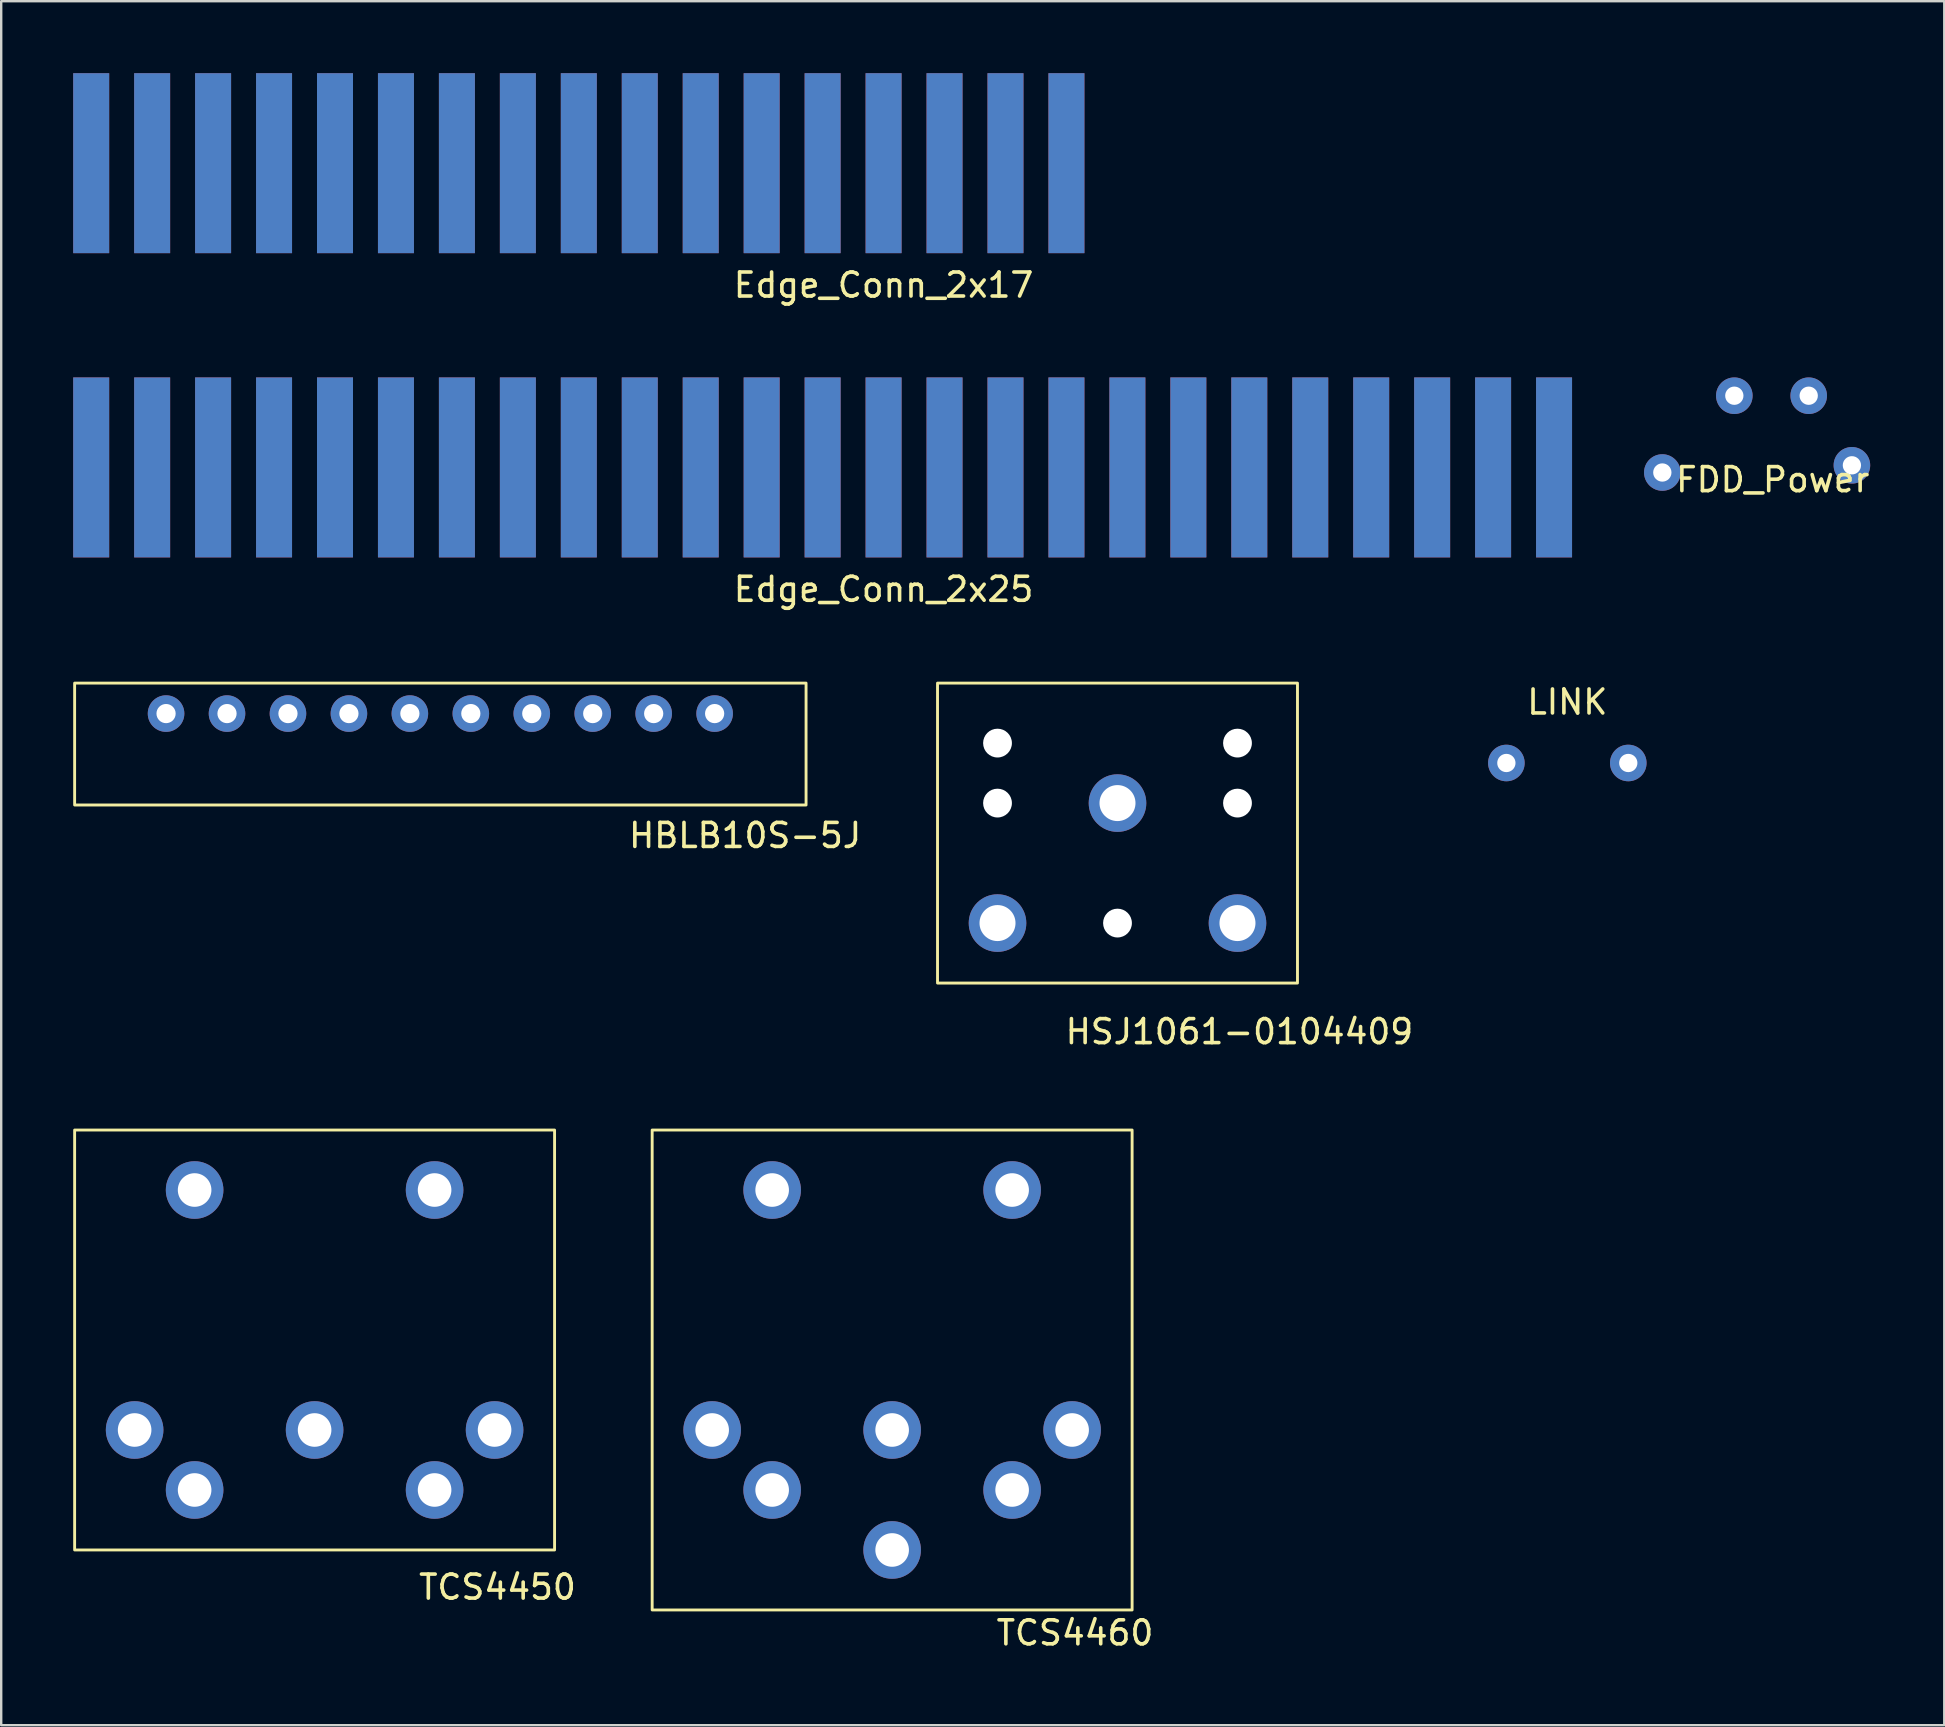
<source format=kicad_pcb>
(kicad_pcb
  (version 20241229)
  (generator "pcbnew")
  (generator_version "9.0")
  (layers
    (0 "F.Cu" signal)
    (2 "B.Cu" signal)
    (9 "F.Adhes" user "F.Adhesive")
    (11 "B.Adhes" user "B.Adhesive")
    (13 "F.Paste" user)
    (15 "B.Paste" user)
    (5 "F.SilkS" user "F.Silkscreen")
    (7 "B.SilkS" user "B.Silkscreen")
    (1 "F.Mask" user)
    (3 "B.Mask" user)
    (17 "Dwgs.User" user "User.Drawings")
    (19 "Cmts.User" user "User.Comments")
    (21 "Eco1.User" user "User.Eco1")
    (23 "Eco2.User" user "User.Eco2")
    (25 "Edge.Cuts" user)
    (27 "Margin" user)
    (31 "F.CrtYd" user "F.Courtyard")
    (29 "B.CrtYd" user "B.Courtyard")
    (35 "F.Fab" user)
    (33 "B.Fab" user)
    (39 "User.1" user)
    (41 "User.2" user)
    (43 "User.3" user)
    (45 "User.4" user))
  (footprint "Edge_Conn_2x17"
    (layer "F.Cu")
    (at 0.75 3.75)
    (property "Reference" "Edge_Conn_2x17" (at 33.02 5.08 0) (unlocked yes) (layer "F.SilkS") (effects (font (size 1 1) (thickness 0.15))))
    (attr smd exclude_from_bom)
    (pad "1" smd rect (at 0 0) (size 1.5 7.5) (layers "F.Cu" "F.Mask" "F.Paste"))
    (pad "2" smd rect (at 0 0 180) (size 1.5 7.5) (layers "B.Cu" "B.Mask" "B.Paste"))
    (pad "3" smd rect (at 2.54 0) (size 1.5 7.5) (layers "F.Cu" "F.Mask" "F.Paste"))
    (pad "4" smd rect (at 2.54 0 180) (size 1.5 7.5) (layers "B.Cu" "B.Mask" "B.Paste"))
    (pad "5" smd rect (at 5.08 0) (size 1.5 7.5) (layers "F.Cu" "F.Mask" "F.Paste"))
    (pad "6" smd rect (at 5.08 0 180) (size 1.5 7.5) (layers "B.Cu" "B.Mask" "B.Paste"))
    (pad "7" smd rect (at 7.62 0) (size 1.5 7.5) (layers "F.Cu" "F.Mask" "F.Paste"))
    (pad "8" smd rect (at 7.62 0 180) (size 1.5 7.5) (layers "B.Cu" "B.Mask" "B.Paste"))
    (pad "9" smd rect (at 10.16 0) (size 1.5 7.5) (layers "F.Cu" "F.Mask" "F.Paste"))
    (pad "10" smd rect (at 10.16 0 180) (size 1.5 7.5) (layers "B.Cu" "B.Mask" "B.Paste"))
    (pad "11" smd rect (at 12.7 0) (size 1.5 7.5) (layers "F.Cu" "F.Mask" "F.Paste"))
    (pad "12" smd rect (at 12.7 0 180) (size 1.5 7.5) (layers "B.Cu" "B.Mask" "B.Paste"))
    (pad "13" smd rect (at 15.24 0) (size 1.5 7.5) (layers "F.Cu" "F.Mask" "F.Paste"))
    (pad "14" smd rect (at 15.24 0 180) (size 1.5 7.5) (layers "B.Cu" "B.Mask" "B.Paste"))
    (pad "15" smd rect (at 17.78 0) (size 1.5 7.5) (layers "F.Cu" "F.Mask" "F.Paste"))
    (pad "16" smd rect (at 17.78 0 180) (size 1.5 7.5) (layers "B.Cu" "B.Mask" "B.Paste"))
    (pad "17" smd rect (at 20.32 0) (size 1.5 7.5) (layers "F.Cu" "F.Mask" "F.Paste"))
    (pad "18" smd rect (at 20.32 0 180) (size 1.5 7.5) (layers "B.Cu" "B.Mask" "B.Paste"))
    (pad "19" smd rect (at 22.86 0) (size 1.5 7.5) (layers "F.Cu" "F.Mask" "F.Paste"))
    (pad "20" smd rect (at 22.86 0 180) (size 1.5 7.5) (layers "B.Cu" "B.Mask" "B.Paste"))
    (pad "21" smd rect (at 25.4 0) (size 1.5 7.5) (layers "F.Cu" "F.Mask" "F.Paste"))
    (pad "22" smd rect (at 25.4 0 180) (size 1.5 7.5) (layers "B.Cu" "B.Mask" "B.Paste"))
    (pad "23" smd rect (at 27.94 0) (size 1.5 7.5) (layers "F.Cu" "F.Mask" "F.Paste"))
    (pad "24" smd rect (at 27.94 0 180) (size 1.5 7.5) (layers "B.Cu" "B.Mask" "B.Paste"))
    (pad "25" smd rect (at 30.48 0) (size 1.5 7.5) (layers "F.Cu" "F.Mask" "F.Paste"))
    (pad "26" smd rect (at 30.48 0 180) (size 1.5 7.5) (layers "B.Cu" "B.Mask" "B.Paste"))
    (pad "27" smd rect (at 33.02 0) (size 1.5 7.5) (layers "F.Cu" "F.Mask" "F.Paste"))
    (pad "28" smd rect (at 33.02 0 180) (size 1.5 7.5) (layers "B.Cu" "B.Mask" "B.Paste"))
    (pad "29" smd rect (at 35.56 0) (size 1.5 7.5) (layers "F.Cu" "F.Mask" "F.Paste"))
    (pad "30" smd rect (at 35.56 0 180) (size 1.5 7.5) (layers "B.Cu" "B.Mask" "B.Paste"))
    (pad "31" smd rect (at 38.1 0) (size 1.5 7.5) (layers "F.Cu" "F.Mask" "F.Paste"))
    (pad "32" smd rect (at 38.1 0 180) (size 1.5 7.5) (layers "B.Cu" "B.Mask" "B.Paste"))
    (pad "33" smd rect (at 40.64 0) (size 1.5 7.5) (layers "F.Cu" "F.Mask" "F.Paste"))
    (pad "34" smd rect (at 40.64 0 180) (size 1.5 7.5) (layers "B.Cu" "B.Mask" "B.Paste")))
  (footprint "Edge_Conn_2x25"
    (layer "F.Cu")
    (at 0.75 16.428)
    (property "Reference" "Edge_Conn_2x25" (at 33.02 5.08 0) (unlocked yes) (layer "F.SilkS") (effects (font (size 1 1) (thickness 0.15))))
    (attr smd exclude_from_bom)
    (pad "1" smd rect (at 0 0) (size 1.5 7.5) (layers "F.Cu" "F.Mask" "F.Paste"))
    (pad "2" smd rect (at 0 0 180) (size 1.5 7.5) (layers "B.Cu" "B.Mask" "B.Paste"))
    (pad "3" smd rect (at 2.54 0) (size 1.5 7.5) (layers "F.Cu" "F.Mask" "F.Paste"))
    (pad "4" smd rect (at 2.54 0 180) (size 1.5 7.5) (layers "B.Cu" "B.Mask" "B.Paste"))
    (pad "5" smd rect (at 5.08 0) (size 1.5 7.5) (layers "F.Cu" "F.Mask" "F.Paste"))
    (pad "6" smd rect (at 5.08 0 180) (size 1.5 7.5) (layers "B.Cu" "B.Mask" "B.Paste"))
    (pad "7" smd rect (at 7.62 0) (size 1.5 7.5) (layers "F.Cu" "F.Mask" "F.Paste"))
    (pad "8" smd rect (at 7.62 0 180) (size 1.5 7.5) (layers "B.Cu" "B.Mask" "B.Paste"))
    (pad "9" smd rect (at 10.16 0) (size 1.5 7.5) (layers "F.Cu" "F.Mask" "F.Paste"))
    (pad "10" smd rect (at 10.16 0 180) (size 1.5 7.5) (layers "B.Cu" "B.Mask" "B.Paste"))
    (pad "11" smd rect (at 12.7 0) (size 1.5 7.5) (layers "F.Cu" "F.Mask" "F.Paste"))
    (pad "12" smd rect (at 12.7 0 180) (size 1.5 7.5) (layers "B.Cu" "B.Mask" "B.Paste"))
    (pad "13" smd rect (at 15.24 0) (size 1.5 7.5) (layers "F.Cu" "F.Mask" "F.Paste"))
    (pad "14" smd rect (at 15.24 0 180) (size 1.5 7.5) (layers "B.Cu" "B.Mask" "B.Paste"))
    (pad "15" smd rect (at 17.78 0) (size 1.5 7.5) (layers "F.Cu" "F.Mask" "F.Paste"))
    (pad "16" smd rect (at 17.78 0 180) (size 1.5 7.5) (layers "B.Cu" "B.Mask" "B.Paste"))
    (pad "17" smd rect (at 20.32 0) (size 1.5 7.5) (layers "F.Cu" "F.Mask" "F.Paste"))
    (pad "18" smd rect (at 20.32 0 180) (size 1.5 7.5) (layers "B.Cu" "B.Mask" "B.Paste"))
    (pad "19" smd rect (at 22.86 0) (size 1.5 7.5) (layers "F.Cu" "F.Mask" "F.Paste"))
    (pad "20" smd rect (at 22.86 0 180) (size 1.5 7.5) (layers "B.Cu" "B.Mask" "B.Paste"))
    (pad "21" smd rect (at 25.4 0) (size 1.5 7.5) (layers "F.Cu" "F.Mask" "F.Paste"))
    (pad "22" smd rect (at 25.4 0 180) (size 1.5 7.5) (layers "B.Cu" "B.Mask" "B.Paste"))
    (pad "23" smd rect (at 27.94 0) (size 1.5 7.5) (layers "F.Cu" "F.Mask" "F.Paste"))
    (pad "24" smd rect (at 27.94 0 180) (size 1.5 7.5) (layers "B.Cu" "B.Mask" "B.Paste"))
    (pad "25" smd rect (at 30.48 0) (size 1.5 7.5) (layers "F.Cu" "F.Mask" "F.Paste"))
    (pad "26" smd rect (at 30.48 0 180) (size 1.5 7.5) (layers "B.Cu" "B.Mask" "B.Paste"))
    (pad "27" smd rect (at 33.02 0) (size 1.5 7.5) (layers "F.Cu" "F.Mask" "F.Paste"))
    (pad "28" smd rect (at 33.02 0 180) (size 1.5 7.5) (layers "B.Cu" "B.Mask" "B.Paste"))
    (pad "29" smd rect (at 35.56 0) (size 1.5 7.5) (layers "F.Cu" "F.Mask" "F.Paste"))
    (pad "30" smd rect (at 35.56 0 180) (size 1.5 7.5) (layers "B.Cu" "B.Mask" "B.Paste"))
    (pad "31" smd rect (at 38.1 0) (size 1.5 7.5) (layers "F.Cu" "F.Mask" "F.Paste"))
    (pad "32" smd rect (at 38.1 0 180) (size 1.5 7.5) (layers "B.Cu" "B.Mask" "B.Paste"))
    (pad "33" smd rect (at 40.64 0) (size 1.5 7.5) (layers "F.Cu" "F.Mask" "F.Paste"))
    (pad "34" smd rect (at 40.64 0 180) (size 1.5 7.5) (layers "B.Cu" "B.Mask" "B.Paste"))
    (pad "35" smd rect (at 43.18 0) (size 1.5 7.5) (layers "F.Cu" "F.Mask" "F.Paste"))
    (pad "36" smd rect (at 43.18 0 180) (size 1.5 7.5) (layers "B.Cu" "B.Mask" "B.Paste"))
    (pad "37" smd rect (at 45.72 0) (size 1.5 7.5) (layers "F.Cu" "F.Mask" "F.Paste"))
    (pad "38" smd rect (at 45.72 0 180) (size 1.5 7.5) (layers "B.Cu" "B.Mask" "B.Paste"))
    (pad "39" smd rect (at 48.26 0) (size 1.5 7.5) (layers "F.Cu" "F.Mask" "F.Paste"))
    (pad "40" smd rect (at 48.26 0 180) (size 1.5 7.5) (layers "B.Cu" "B.Mask" "B.Paste"))
    (pad "41" smd rect (at 50.8 0) (size 1.5 7.5) (layers "F.Cu" "F.Mask" "F.Paste"))
    (pad "42" smd rect (at 50.8 0 180) (size 1.5 7.5) (layers "B.Cu" "B.Mask" "B.Paste"))
    (pad "43" smd rect (at 53.34 0) (size 1.5 7.5) (layers "F.Cu" "F.Mask" "F.Paste"))
    (pad "44" smd rect (at 53.34 0 180) (size 1.5 7.5) (layers "B.Cu" "B.Mask" "B.Paste"))
    (pad "45" smd rect (at 55.88 0) (size 1.5 7.5) (layers "F.Cu" "F.Mask" "F.Paste"))
    (pad "46" smd rect (at 55.88 0 180) (size 1.5 7.5) (layers "B.Cu" "B.Mask" "B.Paste"))
    (pad "47" smd rect (at 58.42 0) (size 1.5 7.5) (layers "F.Cu" "F.Mask" "F.Paste"))
    (pad "48" smd rect (at 58.42 0 180) (size 1.5 7.5) (layers "B.Cu" "B.Mask" "B.Paste"))
    (pad "49" smd rect (at 60.96 0) (size 1.5 7.5) (layers "F.Cu" "F.Mask" "F.Paste"))
    (pad "50" smd rect (at 60.96 0 180) (size 1.5 7.5) (layers "B.Cu" "B.Mask" "B.Paste")))
  (footprint "HBLB10S-5J"
    (layer "F.Cu")
    (at 3.87 26.686)
    (property "Reference" "HBLB10S-5J" (at 24.13 5.08 0) (unlocked yes) (layer "F.SilkS") (effects (font (size 1 1) (thickness 0.15))))
    (attr through_hole)
    (fp_rect (start -3.81 -1.27) (end 26.67 3.81) (stroke (width 0.12) (type solid)) (fill no) (layer "F.SilkS"))
    (pad "1" thru_hole circle (at 0 0) (size 1.524 1.524) (drill 0.8) (layers "*.Cu" "*.Mask"))
    (pad "2" thru_hole circle (at 2.54 0) (size 1.524 1.524) (drill 0.8) (layers "*.Cu" "*.Mask"))
    (pad "3" thru_hole circle (at 5.08 0) (size 1.524 1.524) (drill 0.8) (layers "*.Cu" "*.Mask"))
    (pad "4" thru_hole circle (at 7.62 0) (size 1.524 1.524) (drill 0.8) (layers "*.Cu" "*.Mask"))
    (pad "5" thru_hole circle (at 10.16 0) (size 1.524 1.524) (drill 0.8) (layers "*.Cu" "*.Mask"))
    (pad "6" thru_hole circle (at 12.7 0) (size 1.524 1.524) (drill 0.8) (layers "*.Cu" "*.Mask"))
    (pad "7" thru_hole circle (at 15.24 0) (size 1.524 1.524) (drill 0.8) (layers "*.Cu" "*.Mask"))
    (pad "8" thru_hole circle (at 17.78 0) (size 1.524 1.524) (drill 0.8) (layers "*.Cu" "*.Mask"))
    (pad "9" thru_hole circle (at 20.32 0) (size 1.524 1.524) (drill 0.8) (layers "*.Cu" "*.Mask"))
    (pad "10" thru_hole circle (at 22.86 0) (size 1.524 1.524) (drill 0.8) (layers "*.Cu" "*.Mask")))
  (footprint "LINK"
    (layer "F.Cu")
    (at 59.723 28.745)
    (property "Reference" "LINK" (at 2.54 -2.54 0) (unlocked yes) (layer "F.SilkS") (effects (font (size 1 1) (thickness 0.15))))
    (attr through_hole)
    (pad "1" thru_hole circle (at 0 0) (size 1.524 1.524) (drill 0.762) (layers "*.Cu" "*.Mask"))
    (pad "2" thru_hole circle (at 5.08 0) (size 1.524 1.524) (drill 0.762) (layers "*.Cu" "*.Mask")))
  (footprint "FDD_Power"
    (layer "F.Cu")
    (at 70.822 13.44)
    (property "Reference" "FDD_Power" (at 0 3.5 0) (unlocked yes) (layer "F.SilkS") (effects (font (size 1 1) (thickness 0.15))))
    (attr through_hole)
    (pad "1" thru_hole circle (at -4.6 3.2) (size 1.524 1.524) (drill 0.762) (layers "*.Cu" "*.Mask"))
    (pad "2" thru_hole circle (at -1.6 0) (size 1.524 1.524) (drill 0.762) (layers "*.Cu" "*.Mask"))
    (pad "3" thru_hole circle (at 1.5 0) (size 1.524 1.524) (drill 0.762) (layers "*.Cu" "*.Mask"))
    (pad "4" thru_hole circle (at 3.3 2.9) (size 1.524 1.524) (drill 0.762) (layers "*.Cu" "*.Mask")))
  (footprint "HSJ1061-0104409"
    (layer "F.Cu")
    (at 43.518 30.416)
    (property "Reference" "HSJ1061-0104409" (at 5.08 9.525 0) (unlocked yes) (layer "F.SilkS") (effects (font (size 1 1) (thickness 0.15))))
    (attr through_hole)
    (fp_rect (start -7.5 7.5) (end 7.5 -5) (stroke (width 0.12) (type solid)) (fill no) (layer "F.SilkS"))
    (pad "" np_thru_hole circle (at -5 -2.5) (size 1.2 1.2) (drill 1.2) (layers "*.Cu" "*.Mask"))
    (pad "" np_thru_hole circle (at -5 0) (size 1.2 1.2) (drill 1.2) (layers "*.Cu" "*.Mask"))
    (pad "" np_thru_hole circle (at 0 5) (size 1.2 1.2) (drill 1.2) (layers "*.Cu" "*.Mask"))
    (pad "" np_thru_hole circle (at 5 -2.5) (size 1.2 1.2) (drill 1.2) (layers "*.Cu" "*.Mask"))
    (pad "" np_thru_hole circle (at 5 0) (size 1.2 1.2) (drill 1.2) (layers "*.Cu" "*.Mask"))
    (pad "R" thru_hole circle (at -5 5) (size 2.4 2.4) (drill 1.5) (layers "*.Cu" "*.Mask"))
    (pad "S" thru_hole circle (at 0 0) (size 2.4 2.4) (drill 1.5) (layers "*.Cu" "*.Mask"))
    (pad "T" thru_hole circle (at 5 5) (size 2.4 2.4) (drill 1.5) (layers "*.Cu" "*.Mask")))
  (footprint "TCS4460"
    (layer "F.Cu")
    (at 34.127 44.04)
    (property "Reference" "TCS4460" (at 7.62 20.955 0) (unlocked yes) (layer "F.SilkS") (effects (font (size 1 1) (thickness 0.15))))
    (attr through_hole)
    (fp_rect (start -10 0) (end 10 20) (stroke (width 0.12) (type solid)) (fill no) (layer "F.SilkS"))
    (pad "1" thru_hole circle (at 7.5 12.5) (size 2.4 2.4) (drill 1.4) (layers "*.Cu" "*.Mask"))
    (pad "2" thru_hole circle (at 5 15) (size 2.4 2.4) (drill 1.4) (layers "*.Cu" "*.Mask"))
    (pad "3" thru_hole circle (at 0 12.5) (size 2.4 2.4) (drill 1.4) (layers "*.Cu" "*.Mask"))
    (pad "4" thru_hole circle (at -5 15) (size 2.4 2.4) (drill 1.4) (layers "*.Cu" "*.Mask"))
    (pad "5" thru_hole circle (at -7.5 12.5) (size 2.4 2.4) (drill 1.4) (layers "*.Cu" "*.Mask"))
    (pad "6" thru_hole circle (at 0 17.5) (size 2.4 2.4) (drill 1.4) (layers "*.Cu" "*.Mask"))
    (pad "E" thru_hole circle (at -5 2.5) (size 2.4 2.4) (drill 1.4) (layers "*.Cu" "*.Mask"))
    (pad "E" thru_hole circle (at 5 2.5) (size 2.4 2.4) (drill 1.4) (layers "*.Cu" "*.Mask")))
  (footprint "TCS4450"
    (layer "F.Cu")
    (at 10.06 44.04)
    (property "Reference" "TCS4450" (at 7.62 19.05 0) (unlocked yes) (layer "F.SilkS") (effects (font (size 1 1) (thickness 0.15))))
    (attr through_hole)
    (fp_rect (start -10 0) (end 10 17.5) (stroke (width 0.12) (type solid)) (fill no) (layer "F.SilkS"))
    (pad "1" thru_hole circle (at 7.5 12.5) (size 2.4 2.4) (drill 1.4) (layers "*.Cu" "*.Mask"))
    (pad "2" thru_hole circle (at 0 12.5) (size 2.4 2.4) (drill 1.4) (layers "*.Cu" "*.Mask"))
    (pad "3" thru_hole circle (at -7.5 12.5) (size 2.4 2.4) (drill 1.4) (layers "*.Cu" "*.Mask"))
    (pad "4" thru_hole circle (at 5 15) (size 2.4 2.4) (drill 1.4) (layers "*.Cu" "*.Mask"))
    (pad "5" thru_hole circle (at -5 15) (size 2.4 2.4) (drill 1.4) (layers "*.Cu" "*.Mask"))
    (pad "E" thru_hole circle (at -5 2.5) (size 2.4 2.4) (drill 1.4) (layers "*.Cu" "*.Mask"))
    (pad "E" thru_hole circle (at 5 2.5) (size 2.4 2.4) (drill 1.4) (layers "*.Cu" "*.Mask")))
  (gr_rect
    (start -3 -3)
    (end 77.971 68.843)
    (stroke (width 0.1) (type default))
    (fill no)
    (layer "Edge.Cuts")))
</source>
